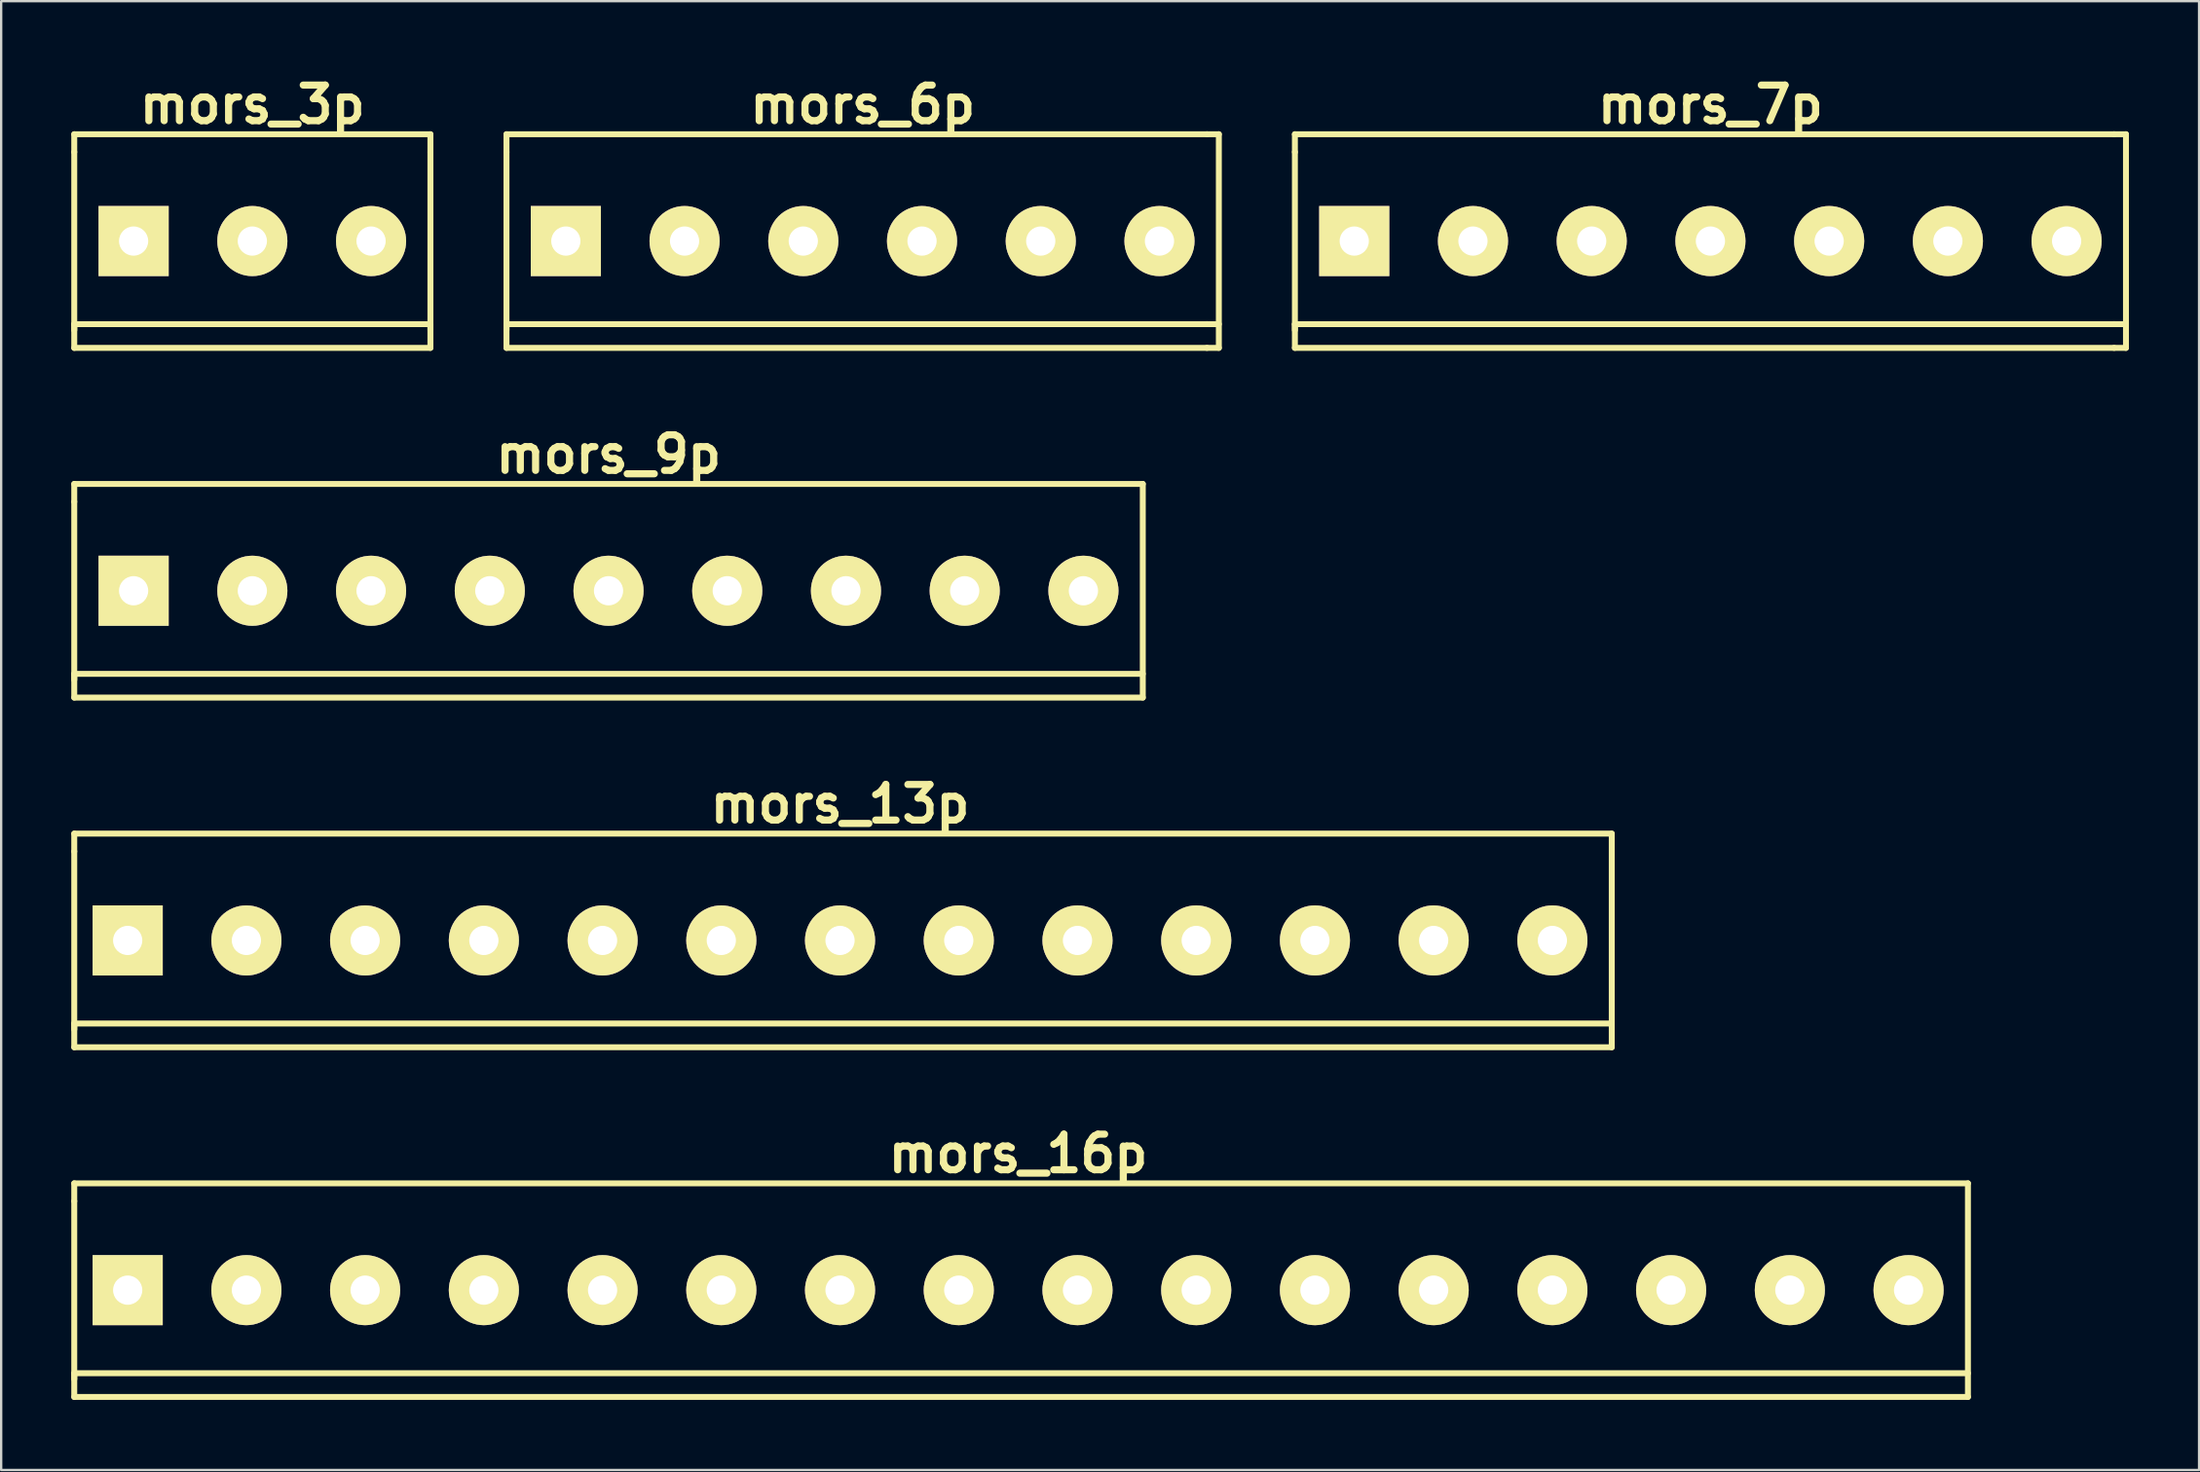
<source format=kicad_pcb>
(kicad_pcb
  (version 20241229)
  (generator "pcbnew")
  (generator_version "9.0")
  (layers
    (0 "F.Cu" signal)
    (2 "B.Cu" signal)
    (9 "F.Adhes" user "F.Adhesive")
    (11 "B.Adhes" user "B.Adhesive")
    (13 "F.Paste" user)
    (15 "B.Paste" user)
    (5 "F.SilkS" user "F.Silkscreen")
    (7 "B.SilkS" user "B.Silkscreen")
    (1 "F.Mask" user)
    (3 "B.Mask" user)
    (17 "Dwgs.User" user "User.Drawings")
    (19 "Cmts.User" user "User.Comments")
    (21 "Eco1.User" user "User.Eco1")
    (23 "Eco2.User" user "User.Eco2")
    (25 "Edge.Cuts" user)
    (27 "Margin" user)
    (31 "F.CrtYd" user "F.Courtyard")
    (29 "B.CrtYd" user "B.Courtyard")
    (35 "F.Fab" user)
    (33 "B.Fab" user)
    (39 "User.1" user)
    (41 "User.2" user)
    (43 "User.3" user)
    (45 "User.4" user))
  (footprint "mors_16p"
    (layer "F.Cu")
    (at 40.513 52.171)
    (property "Reference" "mors_16p" (at 0 -5.842 0) (layer "F.SilkS") (effects (font (size 1.524 1.524) (thickness 0.305))))
    (attr through_hole)
    (fp_line (start -40.386 -4.572) (end -40.386 -3.81) (stroke (width 0.254) (type solid)) (layer "F.SilkS"))
    (fp_line (start -40.386 3.81) (end -40.386 -3.81) (stroke (width 0.254) (type solid)) (layer "F.SilkS"))
    (fp_line (start -40.386 4.572) (end -40.386 3.556) (stroke (width 0.254) (type solid)) (layer "F.SilkS"))
    (fp_line (start -40.386 4.572) (end 40.64 4.572) (stroke (width 0.254) (type solid)) (layer "F.SilkS"))
    (fp_line (start 40.64 -4.572) (end -40.386 -4.572) (stroke (width 0.254) (type solid)) (layer "F.SilkS"))
    (fp_line (start 40.64 -4.572) (end 40.64 4.572) (stroke (width 0.254) (type solid)) (layer "F.SilkS"))
    (fp_line (start 40.64 3.556) (end -40.386 3.556) (stroke (width 0.254) (type solid)) (layer "F.SilkS"))
    (pad "1" thru_hole rect (at -38.1 0) (size 3 3) (drill 1.25) (layers "*.Cu" "*.Mask" "F.SilkS"))
    (pad "2" thru_hole circle (at -33.02 0) (size 3 3) (drill 1.25) (layers "*.Cu" "*.Mask" "F.SilkS"))
    (pad "3" thru_hole circle (at -27.94 0) (size 3 3) (drill 1.25) (layers "*.Cu" "*.Mask" "F.SilkS"))
    (pad "4" thru_hole circle (at -22.86 0) (size 3 3) (drill 1.25) (layers "*.Cu" "*.Mask" "F.SilkS"))
    (pad "5" thru_hole circle (at -17.78 0) (size 3 3) (drill 1.25) (layers "*.Cu" "*.Mask" "F.SilkS"))
    (pad "6" thru_hole circle (at -12.7 0) (size 3 3) (drill 1.25) (layers "*.Cu" "*.Mask" "F.SilkS"))
    (pad "7" thru_hole circle (at -7.62 0) (size 3 3) (drill 1.25) (layers "*.Cu" "*.Mask" "F.SilkS"))
    (pad "8" thru_hole circle (at -2.54 0) (size 3 3) (drill 1.25) (layers "*.Cu" "*.Mask" "F.SilkS"))
    (pad "9" thru_hole circle (at 2.54 0) (size 3 3) (drill 1.25) (layers "*.Cu" "*.Mask" "F.SilkS"))
    (pad "10" thru_hole circle (at 7.62 0) (size 3 3) (drill 1.25) (layers "*.Cu" "*.Mask" "F.SilkS"))
    (pad "11" thru_hole circle (at 12.7 0) (size 3 3) (drill 1.25) (layers "*.Cu" "*.Mask" "F.SilkS"))
    (pad "12" thru_hole circle (at 17.78 0) (size 3 3) (drill 1.25) (layers "*.Cu" "*.Mask" "F.SilkS"))
    (pad "13" thru_hole circle (at 22.86 0) (size 3 3) (drill 1.25) (layers "*.Cu" "*.Mask" "F.SilkS"))
    (pad "14" thru_hole circle (at 27.94 0) (size 3 3) (drill 1.25) (layers "*.Cu" "*.Mask" "F.SilkS"))
    (pad "15" thru_hole circle (at 33.02 0) (size 3 3) (drill 1.25) (layers "*.Cu" "*.Mask" "F.SilkS"))
    (pad "16" thru_hole circle (at 38.1 0) (size 3 3) (drill 1.25) (layers "*.Cu" "*.Mask" "F.SilkS")))
  (footprint "mors_7p"
    (layer "F.Cu")
    (at 70.135 7.268)
    (property "Reference" "mors_7p" (at 0 -5.842 0) (layer "F.SilkS") (effects (font (size 1.524 1.524) (thickness 0.305))))
    (attr through_hole)
    (fp_line (start -17.78 -4.572) (end -17.78 -3.81) (stroke (width 0.254) (type solid)) (layer "F.SilkS"))
    (fp_line (start -17.78 -4.572) (end 17.272 -4.572) (stroke (width 0.254) (type solid)) (layer "F.SilkS"))
    (fp_line (start -17.78 3.81) (end -17.78 -3.81) (stroke (width 0.254) (type solid)) (layer "F.SilkS"))
    (fp_line (start -17.78 4.572) (end -17.78 3.556) (stroke (width 0.254) (type solid)) (layer "F.SilkS"))
    (fp_line (start 17.272 -4.572) (end 17.78 -4.572) (stroke (width 0.254) (type solid)) (layer "F.SilkS"))
    (fp_line (start 17.272 3.556) (end -17.78 3.556) (stroke (width 0.254) (type solid)) (layer "F.SilkS"))
    (fp_line (start 17.272 3.556) (end 17.78 3.556) (stroke (width 0.254) (type solid)) (layer "F.SilkS"))
    (fp_line (start 17.272 4.572) (end -17.78 4.572) (stroke (width 0.254) (type solid)) (layer "F.SilkS"))
    (fp_line (start 17.272 4.572) (end 17.78 4.572) (stroke (width 0.254) (type solid)) (layer "F.SilkS"))
    (fp_line (start 17.78 -4.572) (end 17.78 4.572) (stroke (width 0.254) (type solid)) (layer "F.SilkS"))
    (pad "1" thru_hole rect (at -15.24 0) (size 3 3) (drill 1.25) (layers "*.Cu" "*.Mask" "F.SilkS"))
    (pad "2" thru_hole circle (at -10.16 0) (size 3 3) (drill 1.25) (layers "*.Cu" "*.Mask" "F.SilkS"))
    (pad "3" thru_hole circle (at -5.08 0) (size 3 3) (drill 1.25) (layers "*.Cu" "*.Mask" "F.SilkS"))
    (pad "4" thru_hole circle (at 0 0) (size 3 3) (drill 1.25) (layers "*.Cu" "*.Mask" "F.SilkS"))
    (pad "5" thru_hole circle (at 5.08 0) (size 3 3) (drill 1.25) (layers "*.Cu" "*.Mask" "F.SilkS"))
    (pad "6" thru_hole circle (at 10.16 0) (size 3 3) (drill 1.25) (layers "*.Cu" "*.Mask" "F.SilkS"))
    (pad "7" thru_hole circle (at 15.24 0) (size 3 3) (drill 1.25) (layers "*.Cu" "*.Mask" "F.SilkS")))
  (footprint "mors_13p"
    (layer "F.Cu")
    (at 32.893 37.203)
    (property "Reference" "mors_13p" (at 0 -5.842 0) (layer "F.SilkS") (effects (font (size 1.524 1.524) (thickness 0.305))))
    (attr through_hole)
    (fp_line (start -32.766 -4.572) (end -32.766 -3.81) (stroke (width 0.254) (type solid)) (layer "F.SilkS"))
    (fp_line (start -32.766 3.81) (end -32.766 -3.81) (stroke (width 0.254) (type solid)) (layer "F.SilkS"))
    (fp_line (start -32.766 4.572) (end -32.766 3.556) (stroke (width 0.254) (type solid)) (layer "F.SilkS"))
    (fp_line (start -32.766 4.572) (end 33.02 4.572) (stroke (width 0.254) (type solid)) (layer "F.SilkS"))
    (fp_line (start 33.02 -4.572) (end -32.766 -4.572) (stroke (width 0.254) (type solid)) (layer "F.SilkS"))
    (fp_line (start 33.02 -4.572) (end 33.02 4.572) (stroke (width 0.254) (type solid)) (layer "F.SilkS"))
    (fp_line (start 33.02 3.556) (end -32.766 3.556) (stroke (width 0.254) (type solid)) (layer "F.SilkS"))
    (pad "1" thru_hole rect (at -30.48 0) (size 3 3) (drill 1.25) (layers "*.Cu" "*.Mask" "F.SilkS"))
    (pad "2" thru_hole circle (at -25.4 0) (size 3 3) (drill 1.25) (layers "*.Cu" "*.Mask" "F.SilkS"))
    (pad "3" thru_hole circle (at -20.32 0) (size 3 3) (drill 1.25) (layers "*.Cu" "*.Mask" "F.SilkS"))
    (pad "4" thru_hole circle (at -15.24 0) (size 3 3) (drill 1.25) (layers "*.Cu" "*.Mask" "F.SilkS"))
    (pad "5" thru_hole circle (at -10.16 0) (size 3 3) (drill 1.25) (layers "*.Cu" "*.Mask" "F.SilkS"))
    (pad "6" thru_hole circle (at -5.08 0) (size 3 3) (drill 1.25) (layers "*.Cu" "*.Mask" "F.SilkS"))
    (pad "7" thru_hole circle (at 0 0) (size 3 3) (drill 1.25) (layers "*.Cu" "*.Mask" "F.SilkS"))
    (pad "8" thru_hole circle (at 5.08 0) (size 3 3) (drill 1.25) (layers "*.Cu" "*.Mask" "F.SilkS"))
    (pad "9" thru_hole circle (at 10.16 0) (size 3 3) (drill 1.25) (layers "*.Cu" "*.Mask" "F.SilkS"))
    (pad "10" thru_hole circle (at 15.24 0) (size 3 3) (drill 1.25) (layers "*.Cu" "*.Mask" "F.SilkS"))
    (pad "11" thru_hole circle (at 20.32 0) (size 3 3) (drill 1.25) (layers "*.Cu" "*.Mask" "F.SilkS"))
    (pad "12" thru_hole circle (at 25.4 0) (size 3 3) (drill 1.25) (layers "*.Cu" "*.Mask" "F.SilkS"))
    (pad "13" thru_hole circle (at 30.48 0) (size 3 3) (drill 1.25) (layers "*.Cu" "*.Mask" "F.SilkS")))
  (footprint "mors_3p"
    (layer "F.Cu")
    (at 7.747 7.268)
    (property "Reference" "mors_3p" (at 0 -5.842 0) (layer "F.SilkS") (effects (font (size 1.524 1.524) (thickness 0.305))))
    (attr through_hole)
    (fp_line (start -7.62 -4.572) (end -7.62 -3.81) (stroke (width 0.254) (type solid)) (layer "F.SilkS"))
    (fp_line (start -7.62 -4.572) (end 7.62 -4.572) (stroke (width 0.254) (type solid)) (layer "F.SilkS"))
    (fp_line (start -7.62 3.556) (end 7.62 3.556) (stroke (width 0.254) (type solid)) (layer "F.SilkS"))
    (fp_line (start -7.62 3.81) (end -7.62 -3.81) (stroke (width 0.254) (type solid)) (layer "F.SilkS"))
    (fp_line (start -7.62 4.572) (end -7.62 3.556) (stroke (width 0.254) (type solid)) (layer "F.SilkS"))
    (fp_line (start 7.62 -4.572) (end 7.62 -3.81) (stroke (width 0.254) (type solid)) (layer "F.SilkS"))
    (fp_line (start 7.62 3.556) (end 7.62 4.572) (stroke (width 0.254) (type solid)) (layer "F.SilkS"))
    (fp_line (start 7.62 3.81) (end 7.62 -3.81) (stroke (width 0.254) (type solid)) (layer "F.SilkS"))
    (fp_line (start 7.62 4.572) (end -7.62 4.572) (stroke (width 0.254) (type solid)) (layer "F.SilkS"))
    (pad "1" thru_hole rect (at -5.08 0) (size 3 3) (drill 1.25) (layers "*.Cu" "*.Mask" "F.SilkS"))
    (pad "2" thru_hole circle (at 0 0) (size 3 3) (drill 1.25) (layers "*.Cu" "*.Mask" "F.SilkS"))
    (pad "3" thru_hole circle (at 5.08 0) (size 3 3) (drill 1.25) (layers "*.Cu" "*.Mask" "F.SilkS")))
  (footprint "mors_6p"
    (layer "F.Cu")
    (at 33.861 7.268)
    (property "Reference" "mors_6p" (at 0 -5.842 0) (layer "F.SilkS") (effects (font (size 1.524 1.524) (thickness 0.305))))
    (attr through_hole)
    (fp_line (start -15.24 -4.572) (end -15.24 -3.81) (stroke (width 0.254) (type solid)) (layer "F.SilkS"))
    (fp_line (start -15.24 3.81) (end -15.24 -3.81) (stroke (width 0.254) (type solid)) (layer "F.SilkS"))
    (fp_line (start -15.24 4.572) (end -15.24 3.556) (stroke (width 0.254) (type solid)) (layer "F.SilkS"))
    (fp_line (start -15.24 4.572) (end 14.732 4.572) (stroke (width 0.254) (type solid)) (layer "F.SilkS"))
    (fp_line (start 14.732 -4.572) (end -15.24 -4.572) (stroke (width 0.254) (type solid)) (layer "F.SilkS"))
    (fp_line (start 14.732 -4.572) (end 15.24 -4.572) (stroke (width 0.254) (type solid)) (layer "F.SilkS"))
    (fp_line (start 14.732 3.556) (end -15.24 3.556) (stroke (width 0.254) (type solid)) (layer "F.SilkS"))
    (fp_line (start 14.732 4.572) (end 15.24 4.572) (stroke (width 0.254) (type solid)) (layer "F.SilkS"))
    (fp_line (start 15.24 -4.572) (end 15.24 4.572) (stroke (width 0.254) (type solid)) (layer "F.SilkS"))
    (fp_line (start 15.24 3.556) (end 14.732 3.556) (stroke (width 0.254) (type solid)) (layer "F.SilkS"))
    (pad "1" thru_hole rect (at -12.7 0) (size 3 3) (drill 1.25) (layers "*.Cu" "*.Mask" "F.SilkS"))
    (pad "2" thru_hole circle (at -7.62 0) (size 3 3) (drill 1.25) (layers "*.Cu" "*.Mask" "F.SilkS"))
    (pad "3" thru_hole circle (at -2.54 0) (size 3 3) (drill 1.25) (layers "*.Cu" "*.Mask" "F.SilkS"))
    (pad "4" thru_hole circle (at 2.54 0) (size 3 3) (drill 1.25) (layers "*.Cu" "*.Mask" "F.SilkS"))
    (pad "5" thru_hole circle (at 7.62 0) (size 3 3) (drill 1.25) (layers "*.Cu" "*.Mask" "F.SilkS"))
    (pad "6" thru_hole circle (at 12.7 0) (size 3 3) (drill 1.25) (layers "*.Cu" "*.Mask" "F.SilkS")))
  (footprint "mors_9p"
    (layer "F.Cu")
    (at 22.987 22.236)
    (property "Reference" "mors_9p" (at 0 -5.842 0) (layer "F.SilkS") (effects (font (size 1.524 1.524) (thickness 0.305))))
    (attr through_hole)
    (fp_line (start -22.86 -4.572) (end -22.86 -3.81) (stroke (width 0.254) (type solid)) (layer "F.SilkS"))
    (fp_line (start -22.86 3.81) (end -22.86 -3.81) (stroke (width 0.254) (type solid)) (layer "F.SilkS"))
    (fp_line (start -22.86 4.572) (end -22.86 3.556) (stroke (width 0.254) (type solid)) (layer "F.SilkS"))
    (fp_line (start -22.86 4.572) (end 22.86 4.572) (stroke (width 0.254) (type solid)) (layer "F.SilkS"))
    (fp_line (start 22.86 -4.572) (end -22.86 -4.572) (stroke (width 0.254) (type solid)) (layer "F.SilkS"))
    (fp_line (start 22.86 -4.572) (end 22.86 4.572) (stroke (width 0.254) (type solid)) (layer "F.SilkS"))
    (fp_line (start 22.86 3.556) (end -22.86 3.556) (stroke (width 0.254) (type solid)) (layer "F.SilkS"))
    (pad "1" thru_hole rect (at -20.32 0) (size 3 3) (drill 1.25) (layers "*.Cu" "*.Mask" "F.SilkS"))
    (pad "2" thru_hole circle (at -15.24 0) (size 3 3) (drill 1.25) (layers "*.Cu" "*.Mask" "F.SilkS"))
    (pad "3" thru_hole circle (at -10.16 0) (size 3 3) (drill 1.25) (layers "*.Cu" "*.Mask" "F.SilkS"))
    (pad "4" thru_hole circle (at -5.08 0) (size 3 3) (drill 1.25) (layers "*.Cu" "*.Mask" "F.SilkS"))
    (pad "5" thru_hole circle (at 0 0) (size 3 3) (drill 1.25) (layers "*.Cu" "*.Mask" "F.SilkS"))
    (pad "6" thru_hole circle (at 5.08 0) (size 3 3) (drill 1.25) (layers "*.Cu" "*.Mask" "F.SilkS"))
    (pad "7" thru_hole circle (at 10.16 0) (size 3 3) (drill 1.25) (layers "*.Cu" "*.Mask" "F.SilkS"))
    (pad "8" thru_hole circle (at 15.24 0) (size 3 3) (drill 1.25) (layers "*.Cu" "*.Mask" "F.SilkS"))
    (pad "9" thru_hole circle (at 20.32 0) (size 3 3) (drill 1.25) (layers "*.Cu" "*.Mask" "F.SilkS")))
  (gr_rect
    (start -3 -3)
    (end 91.042 59.87)
    (stroke (width 0.1) (type default))
    (fill no)
    (layer "Edge.Cuts")))
</source>
